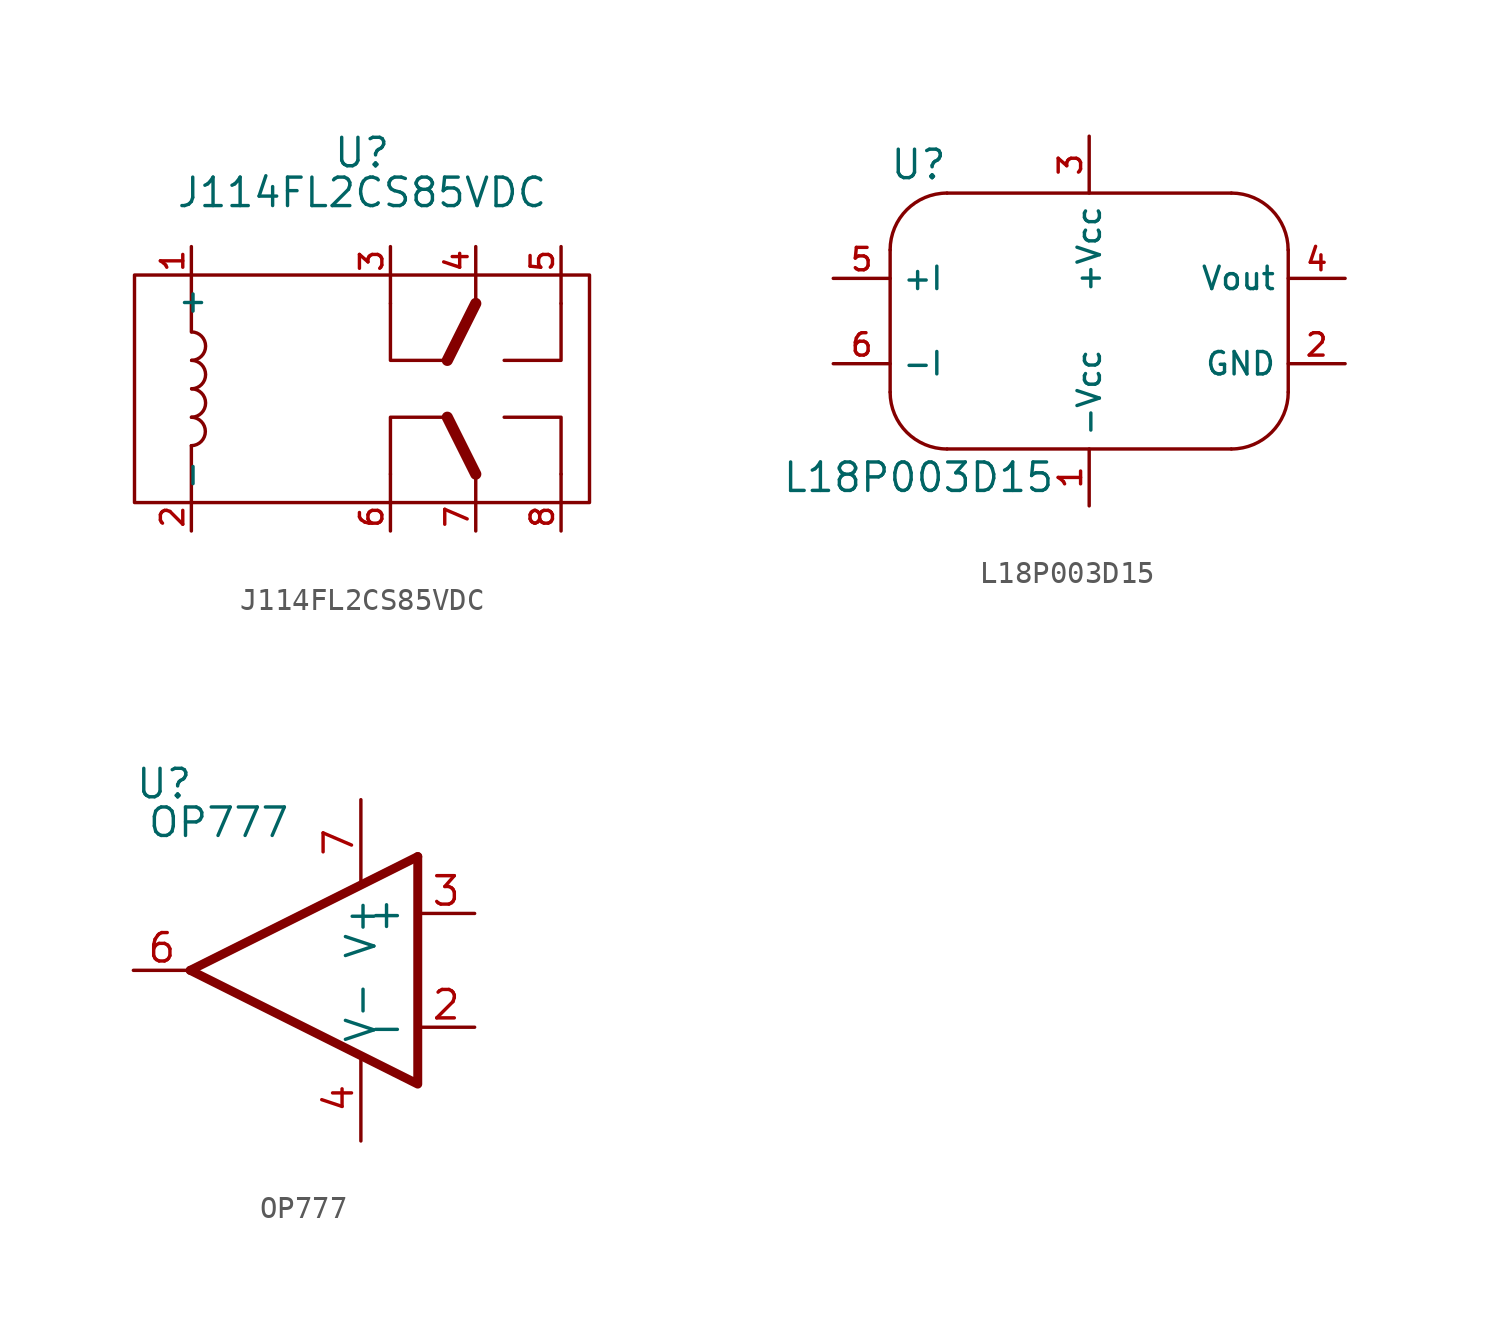
<source format=kicad_sym>
(kicad_symbol_lib
  (version 20211014)
  (generator kicad_symbol_editor)
  (symbol "J114FL2CS85VDC"
    (property "Reference" "U"
      (at 0 10.541 0)
      (effects (font (size 1.27 1.27))))
    (property "Value" "J114FL2CS85VDC"
      (at 0 8.763 0)
      (effects (font (size 1.27 1.27))))
    (symbol "J114FL2CS85VDC_0_1"
      (rectangle (start -10.16 5.08) (end 10.16 -5.08) (stroke (width 0) (type default) (color 0 0 0 0)) (fill (type none)))
      (arc (start -7.62 -2.54) (mid -6.9962 -1.905) (end -7.62 -1.27) (stroke (width 0) (type default) (color 0 0 0 0)) (fill (type none)))
      (arc (start -7.6087 -1.27) (mid -6.9849 -0.635) (end -7.6087 0) (stroke (width 0) (type default) (color 0 0 0 0)) (fill (type none)))
      (arc (start -7.6087 0) (mid -6.9849 0.635) (end -7.6087 1.27) (stroke (width 0) (type default) (color 0 0 0 0)) (fill (type none)))
      (arc (start -7.6087 1.27) (mid -6.9849 1.905) (end -7.6087 2.54) (stroke (width 0) (type default) (color 0 0 0 0)) (fill (type none)))
      (polyline (pts (xy -7.62 -5.08) (xy -7.62 -2.54)) (stroke (width 0) (type default) (color 0 0 0 0)) (fill (type none)))
      (polyline (pts (xy -7.62 5.08) (xy -7.62 2.54)) (stroke (width 0) (type default) (color 0 0 0 0)) (fill (type none)))
      (polyline (pts (xy 1.27 -3.81) (xy 1.27 -5.08)) (stroke (width 0) (type default) (color 0 0 0 0)) (fill (type none)))
      (polyline (pts (xy 1.27 3.81) (xy 1.27 5.08)) (stroke (width 0) (type default) (color 0 0 0 0)) (fill (type none)))
      (polyline (pts (xy 5.08 -3.81) (xy 3.81 -1.27)) (stroke (width 0.5) (type default) (color 0 0 0 0)) (fill (type none)))
      (polyline (pts (xy 5.08 -3.81) (xy 5.08 -5.08)) (stroke (width 0) (type default) (color 0 0 0 0)) (fill (type none)))
      (polyline (pts (xy 5.08 3.81) (xy 3.81 1.27)) (stroke (width 0.5) (type default) (color 0 0 0 0)) (fill (type none)))
      (polyline (pts (xy 5.08 3.81) (xy 5.08 5.08)) (stroke (width 0) (type default) (color 0 0 0 0)) (fill (type none)))
      (polyline (pts (xy 8.89 -3.81) (xy 8.89 -5.08)) (stroke (width 0) (type default) (color 0 0 0 0)) (fill (type none)))
      (polyline (pts (xy 8.89 3.81) (xy 8.89 5.08)) (stroke (width 0) (type default) (color 0 0 0 0)) (fill (type none)))
      (polyline (pts (xy 1.27 -3.81) (xy 1.27 -1.27) (xy 3.81 -1.27)) (stroke (width 0) (type default) (color 0 0 0 0)) (fill (type none)))
      (polyline (pts (xy 1.27 3.81) (xy 1.27 1.27) (xy 3.81 1.27)) (stroke (width 0) (type default) (color 0 0 0 0)) (fill (type none)))
      (polyline (pts (xy 8.89 -3.81) (xy 8.89 -1.27) (xy 6.35 -1.27)) (stroke (width 0) (type default) (color 0 0 0 0)) (fill (type none)))
      (polyline (pts (xy 8.89 3.81) (xy 8.89 1.27) (xy 6.35 1.27)) (stroke (width 0) (type default) (color 0 0 0 0)) (fill (type none))))
    (symbol "J114FL2CS85VDC_1_1"
      (pin input line (at -7.62 6.35 270) (length 1.27) (name "+" (effects (font (size 1 1)))) (number "1" (effects (font (size 1 1)))))
      (pin input line (at -7.62 -6.35 90) (length 1.27) (name "-" (effects (font (size 1 1)))) (number "2" (effects (font (size 1 1)))))
      (pin input line (at 1.27 6.35 270) (length 1.27) (name "" (effects (font (size 1 1)))) (number "3" (effects (font (size 1 1)))))
      (pin input line (at 5.08 6.35 270) (length 1.27) (name "" (effects (font (size 1 1)))) (number "4" (effects (font (size 1 1)))))
      (pin input line (at 8.89 6.35 270) (length 1.27) (name "" (effects (font (size 1 1)))) (number "5" (effects (font (size 1 1)))))
      (pin input line (at 1.27 -6.35 90) (length 1.27) (name "" (effects (font (size 1 1)))) (number "6" (effects (font (size 1 1)))))
      (pin input line (at 5.08 -6.35 90) (length 1.27) (name "" (effects (font (size 1 1)))) (number "7" (effects (font (size 1 1)))))
      (pin input line (at 8.89 -6.35 90) (length 1.27) (name "" (effects (font (size 1 1)))) (number "8" (effects (font (size 1 1)))))))
  (symbol "L18P003D15"
    (property "Reference" "U"
      (at -7.62 6.35 0)
      (effects (font (size 1.27 1.27))))
    (property "Value" "L18P003D15"
      (at -7.62 -7.62 0)
      (effects (font (size 1.27 1.27))))
    (symbol "L18P003D15_0_1"
      (arc (start -8.89 -3.81) (mid -8.1461 -5.6061) (end -6.35 -6.35) (stroke (width 0) (type default) (color 0 0 0 0)) (fill (type none)))
      (arc (start -6.35 5.08) (mid -8.1461 4.3361) (end -8.89 2.54) (stroke (width 0) (type default) (color 0 0 0 0)) (fill (type none)))
      (polyline (pts (xy -8.89 2.54) (xy -8.89 -3.81)) (stroke (width 0) (type default) (color 0 0 0 0)) (fill (type none)))
      (polyline (pts (xy -6.35 -6.35) (xy 6.35 -6.35)) (stroke (width 0) (type default) (color 0 0 0 0)) (fill (type none)))
      (polyline (pts (xy 6.35 5.08) (xy -6.35 5.08)) (stroke (width 0) (type default) (color 0 0 0 0)) (fill (type none)))
      (polyline (pts (xy 8.89 -3.81) (xy 8.89 2.54)) (stroke (width 0) (type default) (color 0 0 0 0)) (fill (type none)))
      (arc (start 6.35 -6.35) (mid 8.1461 -5.6061) (end 8.89 -3.81) (stroke (width 0) (type default) (color 0 0 0 0)) (fill (type none)))
      (arc (start 8.89 2.54) (mid 8.1461 4.3361) (end 6.35 5.08) (stroke (width 0) (type default) (color 0 0 0 0)) (fill (type none))))
    (symbol "L18P003D15_1_1"
      (pin input line (at 0 -8.89 90) (length 2.54) (name "-Vcc" (effects (font (size 1 1)))) (number "1" (effects (font (size 1 1)))))
      (pin input line (at 11.43 -2.54 180) (length 2.54) (name "GND" (effects (font (size 1 1)))) (number "2" (effects (font (size 1 1)))))
      (pin input line (at 0 7.62 270) (length 2.54) (name "+Vcc" (effects (font (size 1 1)))) (number "3" (effects (font (size 1 1)))))
      (pin input line (at 11.43 1.27 180) (length 2.54) (name "Vout" (effects (font (size 1 1)))) (number "4" (effects (font (size 1 1)))))
      (pin input line (at -11.43 1.27 0) (length 2.54) (name "+I" (effects (font (size 1 1)))) (number "5" (effects (font (size 1 1)))))
      (pin input line (at -11.43 -2.54 0) (length 2.54) (name "-I" (effects (font (size 1 1)))) (number "6" (effects (font (size 1 1)))))))
  (symbol "OP777"
    (property "Reference" "U"
      (at -7.518 8.331 0)
      (effects (font (size 1.27 1.27))))
    (property "Value" "OP777"
      (at -5.08 6.604 0)
      (effects (font (size 1.27 1.27))))
    (symbol "OP777_0_1"
      (polyline (pts (xy -6.35 0) (xy 3.81 5.08)) (stroke (width 0.4) (type default) (color 0 0 0 0)) (fill (type none)))
      (polyline (pts (xy 3.81 5.08) (xy 3.81 -5.08) (xy -6.35 0)) (stroke (width 0.4) (type default) (color 0 0 0 0)) (fill (type none))))
    (symbol "OP777_1_1"
      (pin input line (at 6.35 -2.54 180) (length 2.54) (name "-" (effects (font (size 1.27 1.27)))) (number "2" (effects (font (size 1.27 1.27)))))
      (pin input line (at 6.35 2.54 180) (length 2.54) (name "+" (effects (font (size 1.27 1.27)))) (number "3" (effects (font (size 1.27 1.27)))))
      (pin input line (at 1.27 -7.62 90) (length 3.81) (name "V-" (effects (font (size 1.27 1.27)))) (number "4" (effects (font (size 1.27 1.27)))))
      (pin input line (at -8.89 0 0) (length 2.54) (name "" (effects (font (size 1.27 1.27)))) (number "6" (effects (font (size 1.27 1.27)))))
      (pin input line (at 1.27 7.62 270) (length 3.81) (name "V+" (effects (font (size 1.27 1.27)))) (number "7" (effects (font (size 1.27 1.27))))))))
</source>
